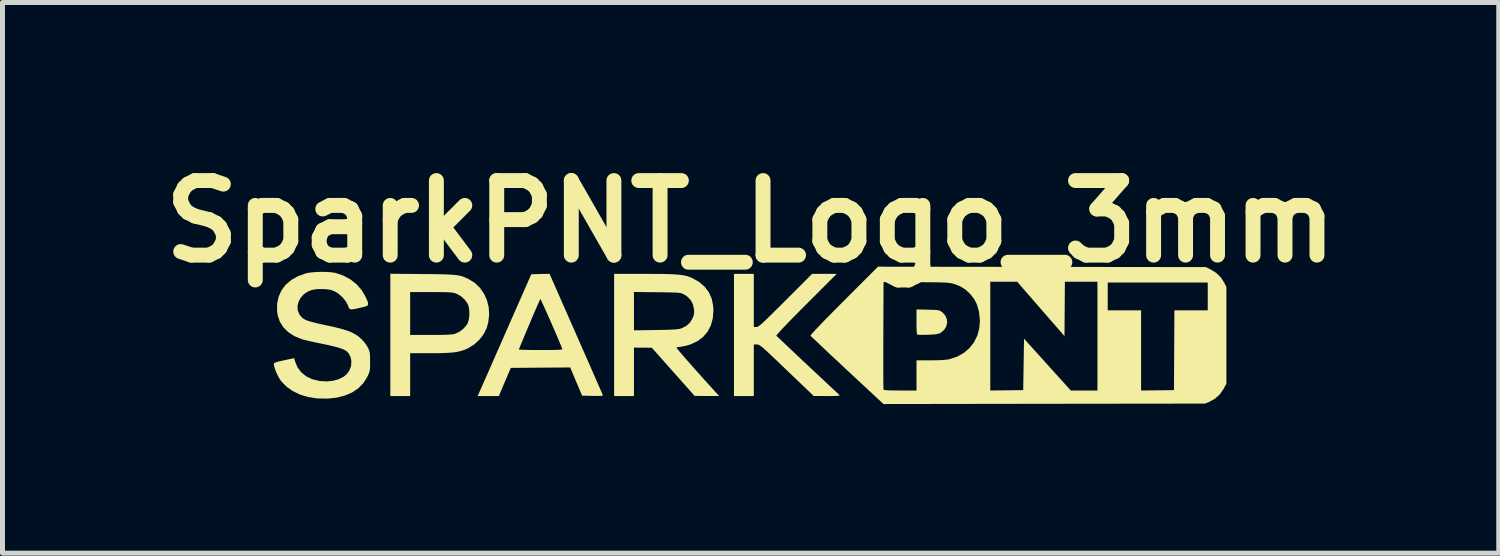
<source format=kicad_pcb>
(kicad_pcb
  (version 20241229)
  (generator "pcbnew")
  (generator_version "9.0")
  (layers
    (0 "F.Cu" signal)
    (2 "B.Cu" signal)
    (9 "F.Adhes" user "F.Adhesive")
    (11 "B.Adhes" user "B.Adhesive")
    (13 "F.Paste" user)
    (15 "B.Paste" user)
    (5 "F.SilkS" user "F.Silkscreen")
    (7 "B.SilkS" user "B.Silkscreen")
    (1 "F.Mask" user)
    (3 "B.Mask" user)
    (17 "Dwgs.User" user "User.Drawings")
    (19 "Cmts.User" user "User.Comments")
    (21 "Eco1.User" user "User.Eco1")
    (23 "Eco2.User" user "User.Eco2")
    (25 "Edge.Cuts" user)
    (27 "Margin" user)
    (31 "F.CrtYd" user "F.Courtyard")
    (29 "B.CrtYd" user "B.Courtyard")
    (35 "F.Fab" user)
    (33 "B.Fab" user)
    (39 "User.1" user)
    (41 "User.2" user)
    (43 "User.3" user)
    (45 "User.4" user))
  (footprint "SparkPNT_Logo_3mm"
    (layer "F.Cu")
    (at 12.05 3.704)
    (property "Reference" "SparkPNT_Logo_3mm" (at 0 -2.3 0) (layer "F.SilkS") (effects (font (size 1.5 1.5) (thickness 0.3))))
    (attr board_only exclude_from_pos_files exclude_from_bom)
    (fp_poly (pts (xy 3.565 -0.524) (xy 3.656 -0.522) (xy 3.72 -0.519) (xy 3.765 -0.515) (xy 3.796 -0.507) (xy 3.821 -0.497) (xy 3.844 -0.481) (xy 3.855 -0.473) (xy 3.914 -0.41) (xy 3.947 -0.336) (xy 3.954 -0.259) (xy 3.934 -0.183) (xy 3.89 -0.114) (xy 3.82 -0.058) (xy 3.81 -0.052) (xy 3.773 -0.039) (xy 3.719 -0.029) (xy 3.641 -0.023) (xy 3.56 -0.019) (xy 3.483 -0.018) (xy 3.418 -0.018) (xy 3.371 -0.021) (xy 3.349 -0.025) (xy 3.349 -0.025) (xy 3.344 -0.044) (xy 3.341 -0.09) (xy 3.338 -0.156) (xy 3.337 -0.236) (xy 3.337 -0.283) (xy 3.337 -0.529)) (stroke (width 0) (type solid)) (fill yes) (layer "F.SilkS"))
    (fp_poly (pts (xy 0.064 -0.71) (xy 0.064 -0.176) (xy 0.116 -0.176) (xy 0.13 -0.177) (xy 0.146 -0.184) (xy 0.167 -0.196) (xy 0.194 -0.217) (xy 0.231 -0.248) (xy 0.278 -0.292) (xy 0.338 -0.349) (xy 0.412 -0.422) (xy 0.504 -0.513) (xy 0.615 -0.623) (xy 0.702 -0.71) (xy 1.237 -1.245) (xy 1.485 -1.245) (xy 1.732 -1.245) (xy 1.119 -0.632) (xy 0.994 -0.507) (xy 0.881 -0.392) (xy 0.779 -0.288) (xy 0.692 -0.197) (xy 0.62 -0.122) (xy 0.567 -0.063) (xy 0.532 -0.023) (xy 0.518 -0.004) (xy 0.518 -0.002) (xy 0.53 0.011) (xy 0.564 0.043) (xy 0.615 0.092) (xy 0.683 0.156) (xy 0.763 0.232) (xy 0.854 0.318) (xy 0.953 0.411) (xy 1.057 0.51) (xy 1.165 0.61) (xy 1.272 0.711) (xy 1.378 0.81) (xy 1.478 0.904) (xy 1.571 0.991) (xy 1.654 1.068) (xy 1.725 1.134) (xy 1.781 1.186) (xy 1.787 1.192) (xy 1.792 1.2) (xy 1.782 1.205) (xy 1.756 1.209) (xy 1.708 1.212) (xy 1.635 1.213) (xy 1.54 1.213) (xy 1.269 1.212) (xy 0.728 0.694) (xy 0.602 0.573) (xy 0.497 0.473) (xy 0.41 0.391) (xy 0.341 0.326) (xy 0.285 0.275) (xy 0.241 0.237) (xy 0.208 0.211) (xy 0.182 0.193) (xy 0.162 0.182) (xy 0.146 0.177) (xy 0.131 0.176) (xy 0.125 0.176) (xy 0.064 0.176) (xy 0.064 0.694) (xy 0.064 1.213) (xy -0.136 1.213) (xy -0.335 1.213) (xy -0.335 -0.016) (xy -0.335 -1.245) (xy -0.136 -1.245) (xy 0.064 -1.245)) (stroke (width 0) (type solid)) (fill yes) (layer "F.SilkS"))
    (fp_poly (pts (xy -6.597 -1.241) (xy -6.425 -1.24) (xy -6.28 -1.238) (xy -6.161 -1.235) (xy -6.063 -1.231) (xy -5.983 -1.226) (xy -5.917 -1.219) (xy -5.862 -1.21) (xy -5.815 -1.199) (xy -5.771 -1.184) (xy -5.728 -1.166) (xy -5.682 -1.145) (xy -5.671 -1.139) (xy -5.548 -1.063) (xy -5.445 -0.964) (xy -5.364 -0.847) (xy -5.304 -0.716) (xy -5.269 -0.574) (xy -5.26 -0.425) (xy -5.277 -0.273) (xy -5.308 -0.159) (xy -5.367 -0.037) (xy -5.452 0.076) (xy -5.558 0.173) (xy -5.678 0.248) (xy -5.689 0.254) (xy -5.753 0.282) (xy -5.817 0.304) (xy -5.886 0.321) (xy -5.964 0.334) (xy -6.057 0.342) (xy -6.169 0.348) (xy -6.304 0.351) (xy -6.441 0.351) (xy -6.849 0.351) (xy -6.849 0.782) (xy -6.849 1.213) (xy -7.048 1.213) (xy -7.248 1.213) (xy -7.248 -0.017) (xy -7.248 -0.447) (xy -6.849 -0.447) (xy -6.849 -0.016) (xy -6.437 -0.016) (xy -6.298 -0.016) (xy -6.188 -0.018) (xy -6.102 -0.021) (xy -6.036 -0.025) (xy -5.987 -0.03) (xy -5.951 -0.038) (xy -5.945 -0.04) (xy -5.858 -0.079) (xy -5.777 -0.142) (xy -5.712 -0.217) (xy -5.695 -0.245) (xy -5.673 -0.309) (xy -5.66 -0.391) (xy -5.658 -0.479) (xy -5.666 -0.562) (xy -5.685 -0.628) (xy -5.689 -0.639) (xy -5.751 -0.727) (xy -5.831 -0.799) (xy -5.919 -0.846) (xy -5.947 -0.856) (xy -5.977 -0.863) (xy -6.013 -0.869) (xy -6.06 -0.873) (xy -6.121 -0.876) (xy -6.201 -0.877) (xy -6.304 -0.878) (xy -6.426 -0.878) (xy -6.849 -0.878) (xy -6.849 -0.447) (xy -7.248 -0.447) (xy -7.248 -1.247)) (stroke (width 0) (type solid)) (fill yes) (layer "F.SilkS"))
    (fp_poly (pts (xy -3.516 -0.044) (xy -3.435 0.141) (xy -3.357 0.318) (xy -3.283 0.485) (xy -3.215 0.64) (xy -3.154 0.78) (xy -3.1 0.903) (xy -3.055 1.006) (xy -3.019 1.088) (xy -2.993 1.147) (xy -2.979 1.18) (xy -2.977 1.186) (xy -2.974 1.197) (xy -2.981 1.205) (xy -3.001 1.21) (xy -3.039 1.211) (xy -3.1 1.211) (xy -3.178 1.21) (xy -3.39 1.205) (xy -3.51 0.922) (xy -3.629 0.638) (xy -4.227 0.642) (xy -4.824 0.647) (xy -4.945 0.93) (xy -5.065 1.213) (xy -5.278 1.213) (xy -5.491 1.213) (xy -5.475 1.177) (xy -5.466 1.157) (xy -5.446 1.111) (xy -5.414 1.039) (xy -5.373 0.945) (xy -5.322 0.831) (xy -5.264 0.699) (xy -5.199 0.551) (xy -5.128 0.389) (xy -5.079 0.277) (xy -4.662 0.277) (xy -4.646 0.28) (xy -4.603 0.282) (xy -4.536 0.284) (xy -4.45 0.286) (xy -4.347 0.287) (xy -4.233 0.287) (xy -4.221 0.287) (xy -4.086 0.287) (xy -3.98 0.286) (xy -3.9 0.284) (xy -3.844 0.282) (xy -3.809 0.278) (xy -3.791 0.273) (xy -3.788 0.267) (xy -3.812 0.207) (xy -3.844 0.129) (xy -3.882 0.038) (xy -3.925 -0.062) (xy -3.971 -0.168) (xy -4.018 -0.276) (xy -4.064 -0.38) (xy -4.108 -0.479) (xy -4.148 -0.567) (xy -4.182 -0.641) (xy -4.208 -0.697) (xy -4.225 -0.731) (xy -4.231 -0.739) (xy -4.239 -0.722) (xy -4.258 -0.68) (xy -4.286 -0.616) (xy -4.321 -0.536) (xy -4.361 -0.443) (xy -4.404 -0.342) (xy -4.449 -0.236) (xy -4.494 -0.13) (xy -4.537 -0.028) (xy -4.576 0.066) (xy -4.61 0.147) (xy -4.637 0.212) (xy -4.655 0.257) (xy -4.662 0.277) (xy -4.662 0.277) (xy -5.079 0.277) (xy -5.052 0.217) (xy -4.972 0.035) (xy -4.936 -0.048) (xy -4.412 -1.237) (xy -4.229 -1.242) (xy -4.045 -1.246)) (stroke (width 0) (type solid)) (fill yes) (layer "F.SilkS"))
    (fp_poly (pts (xy -2.127 -1.245) (xy -1.945 -1.244) (xy -1.791 -1.243) (xy -1.662 -1.24) (xy -1.555 -1.236) (xy -1.466 -1.23) (xy -1.393 -1.222) (xy -1.331 -1.212) (xy -1.277 -1.199) (xy -1.229 -1.183) (xy -1.182 -1.163) (xy -1.172 -1.159) (xy -1.035 -1.081) (xy -0.924 -0.986) (xy -0.839 -0.873) (xy -0.782 -0.744) (xy -0.753 -0.598) (xy -0.748 -0.51) (xy -0.761 -0.35) (xy -0.8 -0.207) (xy -0.866 -0.082) (xy -0.956 0.024) (xy -1.071 0.11) (xy -1.209 0.174) (xy -1.289 0.198) (xy -1.349 0.212) (xy -1.405 0.221) (xy -1.434 0.224) (xy -1.471 0.228) (xy -1.491 0.237) (xy -1.483 0.252) (xy -1.454 0.289) (xy -1.406 0.346) (xy -1.34 0.423) (xy -1.258 0.517) (xy -1.161 0.627) (xy -1.049 0.752) (xy -0.926 0.89) (xy -0.79 1.04) (xy -0.666 1.177) (xy -0.633 1.213) (xy -0.879 1.212) (xy -1.126 1.211) (xy -1.557 0.726) (xy -1.988 0.241) (xy -2.167 0.24) (xy -2.347 0.239) (xy -2.347 0.726) (xy -2.347 1.213) (xy -2.546 1.213) (xy -2.746 1.213) (xy -2.746 -0.016) (xy -2.746 -0.494) (xy -2.347 -0.494) (xy -2.347 -0.109) (xy -1.904 -0.115) (xy -1.767 -0.118) (xy -1.658 -0.12) (xy -1.573 -0.124) (xy -1.509 -0.128) (xy -1.46 -0.133) (xy -1.424 -0.139) (xy -1.396 -0.147) (xy -1.39 -0.149) (xy -1.293 -0.199) (xy -1.22 -0.265) (xy -1.169 -0.347) (xy -1.145 -0.409) (xy -1.136 -0.462) (xy -1.138 -0.525) (xy -1.138 -0.526) (xy -1.16 -0.632) (xy -1.207 -0.72) (xy -1.281 -0.793) (xy -1.349 -0.836) (xy -1.369 -0.846) (xy -1.39 -0.854) (xy -1.417 -0.86) (xy -1.453 -0.864) (xy -1.502 -0.868) (xy -1.568 -0.87) (xy -1.655 -0.872) (xy -1.767 -0.874) (xy -1.88 -0.875) (xy -2.347 -0.88) (xy -2.347 -0.494) (xy -2.746 -0.494) (xy -2.746 -1.245)) (stroke (width 0) (type solid)) (fill yes) (layer "F.SilkS"))
    (fp_poly (pts (xy 5.859 -1.385) (xy 9.156 -1.381) (xy 9.246 -1.338) (xy 9.361 -1.268) (xy 9.457 -1.177) (xy 9.524 -1.074) (xy 9.571 -0.982) (xy 9.571 -0.008) (xy 9.571 0.966) (xy 9.516 1.067) (xy 9.439 1.179) (xy 9.341 1.267) (xy 9.23 1.329) (xy 9.14 1.365) (xy 5.906 1.369) (xy 2.673 1.374) (xy 1.944 0.696) (xy 1.816 0.576) (xy 1.744 0.508) (xy 2.669 0.508) (xy 2.669 0.655) (xy 2.669 0.784) (xy 2.67 0.894) (xy 2.671 0.981) (xy 2.672 1.042) (xy 2.673 1.076) (xy 2.673 1.082) (xy 2.684 1.089) (xy 2.713 1.094) (xy 2.763 1.098) (xy 2.837 1.1) (xy 2.937 1.101) (xy 3.009 1.102) (xy 3.337 1.102) (xy 3.337 0.798) (xy 3.337 0.495) (xy 3.62 0.495) (xy 3.761 0.493) (xy 3.872 0.488) (xy 3.957 0.479) (xy 4.004 0.471) (xy 4.157 0.42) (xy 4.29 0.345) (xy 4.403 0.248) (xy 4.493 0.133) (xy 4.555 0.008) (xy 4.821 0.008) (xy 4.821 1.102) (xy 5.153 1.098) (xy 5.484 1.094) (xy 5.492 0.576) (xy 5.5 0.059) (xy 5.97 0.58) (xy 6.441 1.102) (xy 6.709 1.102) (xy 6.977 1.102) (xy 6.977 0.008) (xy 6.977 -0.79) (xy 7.184 -0.79) (xy 7.184 -0.511) (xy 7.519 -0.511) (xy 7.855 -0.511) (xy 7.855 0.296) (xy 7.855 1.102) (xy 8.186 1.098) (xy 8.517 1.094) (xy 8.521 0.291) (xy 8.525 -0.511) (xy 8.861 -0.511) (xy 9.196 -0.511) (xy 9.196 -0.79) (xy 9.196 -1.07) (xy 8.19 -1.07) (xy 7.184 -1.07) (xy 7.184 -0.79) (xy 6.977 -0.79) (xy 6.977 -1.086) (xy 6.65 -1.086) (xy 6.322 -1.086) (xy 6.318 -0.539) (xy 6.314 0.007) (xy 5.838 -0.539) (xy 5.363 -1.086) (xy 5.092 -1.086) (xy 4.821 -1.086) (xy 4.821 0.008) (xy 4.555 0.008) (xy 4.559 0.002) (xy 4.599 -0.143) (xy 4.613 -0.3) (xy 4.597 -0.464) (xy 4.591 -0.496) (xy 4.555 -0.623) (xy 4.502 -0.73) (xy 4.426 -0.83) (xy 4.413 -0.845) (xy 4.319 -0.931) (xy 4.215 -0.995) (xy 4.091 -1.042) (xy 4.071 -1.048) (xy 4.042 -1.055) (xy 4.009 -1.061) (xy 3.97 -1.065) (xy 3.921 -1.069) (xy 3.858 -1.072) (xy 3.779 -1.074) (xy 3.679 -1.075) (xy 3.556 -1.076) (xy 3.406 -1.077) (xy 3.321 -1.077) (xy 2.674 -1.078) (xy 2.67 -0.008) (xy 2.669 0.174) (xy 2.669 0.347) (xy 2.669 0.508) (xy 1.744 0.508) (xy 1.694 0.462) (xy 1.581 0.357) (xy 1.48 0.261) (xy 1.391 0.177) (xy 1.317 0.107) (xy 1.26 0.053) (xy 1.222 0.017) (xy 1.205 -0.000353) (xy 1.205 -0.001) (xy 1.213 -0.016) (xy 1.244 -0.053) (xy 1.295 -0.109) (xy 1.367 -0.185) (xy 1.457 -0.279) (xy 1.566 -0.39) (xy 1.691 -0.517) (xy 1.832 -0.659) (xy 1.878 -0.704) (xy 2.562 -1.389)) (stroke (width 0) (type solid)) (fill yes) (layer "F.SilkS"))
    (fp_poly (pts (xy -8.548 -1.284) (xy -8.448 -1.278) (xy -8.366 -1.267) (xy -8.35 -1.263) (xy -8.192 -1.21) (xy -8.05 -1.133) (xy -7.926 -1.034) (xy -7.824 -0.917) (xy -7.759 -0.808) (xy -7.721 -0.728) (xy -7.698 -0.672) (xy -7.693 -0.633) (xy -7.706 -0.608) (xy -7.741 -0.59) (xy -7.8 -0.575) (xy -7.847 -0.564) (xy -7.933 -0.545) (xy -7.994 -0.533) (xy -8.035 -0.53) (xy -8.061 -0.537) (xy -8.077 -0.553) (xy -8.09 -0.581) (xy -8.098 -0.605) (xy -8.142 -0.69) (xy -8.208 -0.772) (xy -8.288 -0.844) (xy -8.361 -0.889) (xy -8.416 -0.912) (xy -8.469 -0.927) (xy -8.534 -0.935) (xy -8.598 -0.939) (xy -8.724 -0.938) (xy -8.827 -0.921) (xy -8.914 -0.886) (xy -8.987 -0.836) (xy -9.054 -0.761) (xy -9.097 -0.677) (xy -9.116 -0.59) (xy -9.109 -0.504) (xy -9.076 -0.426) (xy -9.023 -0.364) (xy -8.995 -0.343) (xy -8.964 -0.325) (xy -8.924 -0.307) (xy -8.872 -0.29) (xy -8.804 -0.271) (xy -8.716 -0.249) (xy -8.604 -0.224) (xy -8.493 -0.2) (xy -8.341 -0.166) (xy -8.216 -0.134) (xy -8.114 -0.102) (xy -8.029 -0.069) (xy -7.959 -0.032) (xy -7.897 0.009) (xy -7.839 0.058) (xy -7.831 0.065) (xy -7.776 0.124) (xy -7.727 0.191) (xy -7.699 0.238) (xy -7.68 0.279) (xy -7.668 0.315) (xy -7.66 0.356) (xy -7.656 0.408) (xy -7.655 0.481) (xy -7.655 0.52) (xy -7.655 0.602) (xy -7.658 0.66) (xy -7.663 0.704) (xy -7.674 0.743) (xy -7.691 0.785) (xy -7.715 0.834) (xy -7.793 0.957) (xy -7.896 1.06) (xy -8.02 1.143) (xy -8.167 1.205) (xy -8.332 1.246) (xy -8.516 1.265) (xy -8.716 1.261) (xy -8.733 1.259) (xy -8.906 1.232) (xy -9.067 1.183) (xy -9.212 1.112) (xy -9.338 1.023) (xy -9.441 0.917) (xy -9.472 0.873) (xy -9.505 0.816) (xy -9.537 0.749) (xy -9.564 0.681) (xy -9.584 0.619) (xy -9.592 0.574) (xy -9.592 0.561) (xy -9.58 0.548) (xy -9.549 0.534) (xy -9.494 0.518) (xy -9.413 0.5) (xy -9.385 0.494) (xy -9.183 0.451) (xy -9.164 0.517) (xy -9.114 0.637) (xy -9.039 0.737) (xy -8.941 0.816) (xy -8.82 0.874) (xy -8.677 0.909) (xy -8.663 0.911) (xy -8.528 0.919) (xy -8.4 0.906) (xy -8.283 0.873) (xy -8.184 0.823) (xy -8.123 0.772) (xy -8.069 0.695) (xy -8.038 0.607) (xy -8.031 0.516) (xy -8.047 0.429) (xy -8.088 0.352) (xy -8.105 0.333) (xy -8.135 0.306) (xy -8.176 0.282) (xy -8.23 0.259) (xy -8.301 0.236) (xy -8.394 0.212) (xy -8.511 0.185) (xy -8.634 0.159) (xy -8.736 0.138) (xy -8.832 0.117) (xy -8.917 0.098) (xy -8.984 0.081) (xy -9.027 0.07) (xy -9.028 0.069) (xy -9.177 0.008) (xy -9.301 -0.072) (xy -9.398 -0.168) (xy -9.47 -0.281) (xy -9.513 -0.408) (xy -9.526 -0.494) (xy -9.525 -0.647) (xy -9.494 -0.788) (xy -9.436 -0.915) (xy -9.352 -1.026) (xy -9.241 -1.121) (xy -9.106 -1.198) (xy -8.948 -1.255) (xy -8.94 -1.257) (xy -8.864 -1.271) (xy -8.767 -1.28) (xy -8.658 -1.285)) (stroke (width 0) (type solid)) (fill yes) (layer "F.SilkS")))
  (gr_rect
    (start -3 -3)
    (end 27.1 8.078)
    (stroke (width 0.1) (type default))
    (fill no)
    (layer "Edge.Cuts")))
</source>
